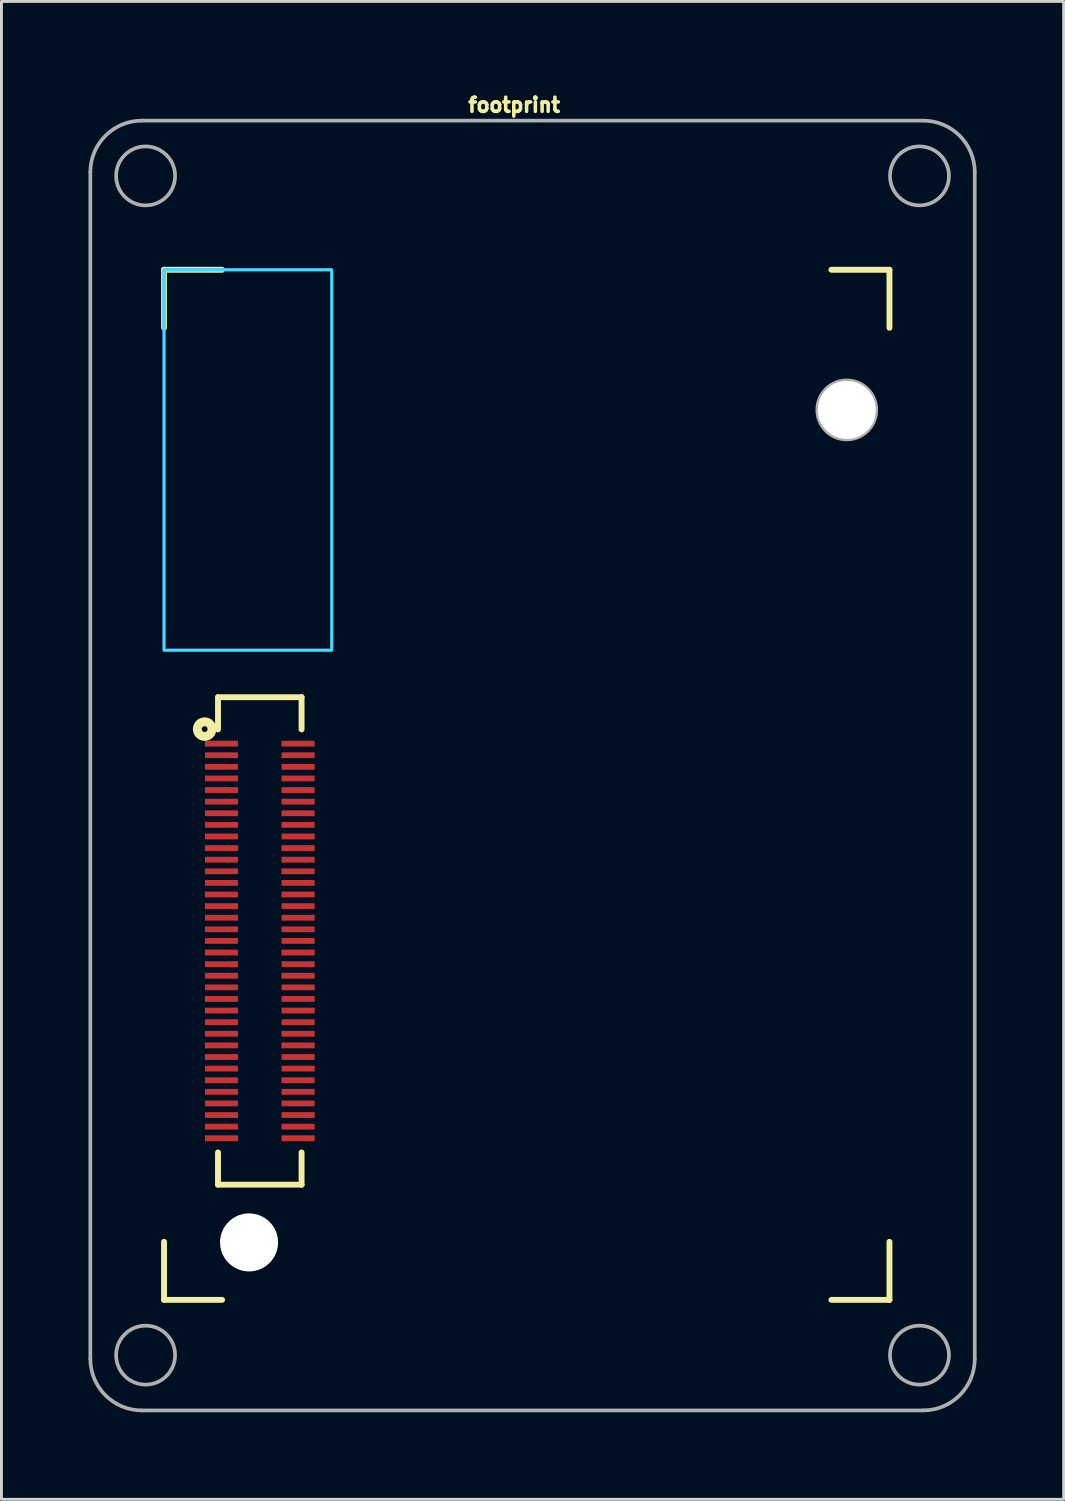
<source format=kicad_pcb>
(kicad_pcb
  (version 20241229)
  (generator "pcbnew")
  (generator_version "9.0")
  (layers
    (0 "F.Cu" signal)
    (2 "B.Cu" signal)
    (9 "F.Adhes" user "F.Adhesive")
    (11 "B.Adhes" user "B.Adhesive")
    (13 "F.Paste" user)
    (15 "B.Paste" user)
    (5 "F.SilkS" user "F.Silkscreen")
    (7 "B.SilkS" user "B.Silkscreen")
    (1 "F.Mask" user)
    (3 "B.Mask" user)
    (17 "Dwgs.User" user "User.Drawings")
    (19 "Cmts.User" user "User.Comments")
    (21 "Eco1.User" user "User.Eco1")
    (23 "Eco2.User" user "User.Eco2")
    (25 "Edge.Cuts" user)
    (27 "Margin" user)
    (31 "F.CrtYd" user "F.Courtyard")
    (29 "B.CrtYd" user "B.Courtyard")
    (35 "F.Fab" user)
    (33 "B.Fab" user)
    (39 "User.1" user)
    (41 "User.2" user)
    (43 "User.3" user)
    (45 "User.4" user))
  (footprint "footprint"
    (layer "F.Cu")
    (at 15.303 23.967)
    (property "Reference" "footprint" (at -0.635 -23.114 0) (layer "F.SilkS") (effects (font (size 0.488 0.488) (thickness 0.122)) (justify bottom)))
    (fp_line (start -12.7 -17.72) (end -10.7 -17.72) (stroke (width 0.203) (type solid)) (layer "F.SilkS"))
    (fp_line (start -12.7 -15.72) (end -12.7 -17.72) (stroke (width 0.203) (type solid)) (layer "F.SilkS"))
    (fp_line (start -12.7 17.78) (end -12.7 15.78) (stroke (width 0.203) (type solid)) (layer "F.SilkS"))
    (fp_line (start -10.84 -2.99) (end -10.84 -1.88) (stroke (width 0.203) (type solid)) (layer "F.SilkS"))
    (fp_line (start -10.84 -2.99) (end -7.96 -2.99) (stroke (width 0.203) (type solid)) (layer "F.SilkS"))
    (fp_line (start -10.84 12.7) (end -10.84 13.81) (stroke (width 0.203) (type solid)) (layer "F.SilkS"))
    (fp_line (start -10.7 17.78) (end -12.7 17.78) (stroke (width 0.203) (type solid)) (layer "F.SilkS"))
    (fp_line (start -7.96 -2.99) (end -7.96 -1.88) (stroke (width 0.203) (type solid)) (layer "F.SilkS"))
    (fp_line (start -7.96 12.7) (end -7.96 13.81) (stroke (width 0.203) (type solid)) (layer "F.SilkS"))
    (fp_line (start -7.96 13.81) (end -10.84 13.81) (stroke (width 0.203) (type solid)) (layer "F.SilkS"))
    (fp_line (start 10.3 -17.72) (end 12.3 -17.72) (stroke (width 0.203) (type solid)) (layer "F.SilkS"))
    (fp_line (start 12.3 -17.72) (end 12.3 -15.72) (stroke (width 0.203) (type solid)) (layer "F.SilkS"))
    (fp_line (start 12.3 15.78) (end 12.3 17.78) (stroke (width 0.203) (type solid)) (layer "F.SilkS"))
    (fp_line (start 12.3 17.78) (end 10.3 17.78) (stroke (width 0.203) (type solid)) (layer "F.SilkS"))
    (fp_circle (center -11.3 -1.89) (end -11.2 -1.89) (stroke (width 0.305) (type solid)) (fill no) (layer "F.SilkS"))
    (fp_poly (pts (xy -6.92 -17.72) (xy -12.7 -17.72) (xy -12.7 -4.61) (xy -6.92 -4.61)) (stroke (width 0.1) (type solid)) (fill no) (layer "B.CrtYd"))
    (fp_poly (pts (xy -6.92 -17.72) (xy -12.7 -17.72) (xy -12.7 -4.61) (xy -6.92 -4.61)) (stroke (width 0.1) (type solid)) (fill no) (layer "F.CrtYd"))
    (fp_line (start -15.24 19.812) (end -15.24 -21.082) (stroke (width 0.127) (type solid)) (layer "F.Fab"))
    (fp_line (start -13.462 21.59) (end 13.462 21.59) (stroke (width 0.127) (type solid)) (layer "F.Fab"))
    (fp_line (start 13.462 -22.86) (end -13.462 -22.86) (stroke (width 0.127) (type solid)) (layer "F.Fab"))
    (fp_line (start 15.24 19.812) (end 15.24 -21.082) (stroke (width 0.127) (type solid)) (layer "F.Fab"))
    (fp_arc (start -15.24 -21.082) (mid -14.719236 -22.339236) (end -13.462 -22.86) (stroke (width 0.127) (type solid)) (layer "F.Fab"))
    (fp_arc (start -13.462 21.59) (mid -14.719236 21.069236) (end -15.24 19.812) (stroke (width 0.127) (type solid)) (layer "F.Fab"))
    (fp_arc (start 13.462 -22.86) (mid 14.719236 -22.339236) (end 15.24 -21.082) (stroke (width 0.127) (type solid)) (layer "F.Fab"))
    (fp_arc (start 15.24 19.812) (mid 14.719236 21.069236) (end 13.462 21.59) (stroke (width 0.127) (type solid)) (layer "F.Fab"))
    (fp_circle (center -13.335 -20.955) (end -12.319 -20.955) (stroke (width 0.127) (type solid)) (fill no) (layer "F.Fab"))
    (fp_circle (center -13.335 19.685) (end -12.319 19.685) (stroke (width 0.127) (type solid)) (fill no) (layer "F.Fab"))
    (fp_circle (center 10.83 -12.89) (end 11.846 -12.89) (stroke (width 0.127) (type solid)) (fill no) (layer "F.Fab"))
    (fp_circle (center 13.335 -20.955) (end 14.351 -20.955) (stroke (width 0.127) (type solid)) (fill no) (layer "F.Fab"))
    (fp_circle (center 13.335 19.685) (end 14.351 19.685) (stroke (width 0.127) (type solid)) (fill no) (layer "F.Fab"))
    (pad "" np_thru_hole circle (at -9.77 15.8) (size 2 2) (drill 2) (layers "*.Cu" "*.Mask"))
    (pad "" np_thru_hole circle (at 10.83 -12.89) (size 2 2) (drill 2) (layers "*.Cu" "*.Mask"))
    (pad "1" smd rect (at -10.72 -1.39 90) (size 0.2 1.14) (layers "F.Cu" "F.Mask" "F.Paste"))
    (pad "2" smd rect (at -8.08 -1.39 90) (size 0.2 1.14) (layers "F.Cu" "F.Mask" "F.Paste"))
    (pad "3" smd rect (at -10.72 -0.99 90) (size 0.2 1.14) (layers "F.Cu" "F.Mask" "F.Paste"))
    (pad "4" smd rect (at -8.08 -0.99 90) (size 0.2 1.14) (layers "F.Cu" "F.Mask" "F.Paste"))
    (pad "5" smd rect (at -10.72 -0.59 90) (size 0.2 1.14) (layers "F.Cu" "F.Mask" "F.Paste"))
    (pad "6" smd rect (at -8.08 -0.59 90) (size 0.2 1.14) (layers "F.Cu" "F.Mask" "F.Paste"))
    (pad "7" smd rect (at -10.72 -0.19 90) (size 0.2 1.14) (layers "F.Cu" "F.Mask" "F.Paste"))
    (pad "8" smd rect (at -8.08 -0.19 90) (size 0.2 1.14) (layers "F.Cu" "F.Mask" "F.Paste"))
    (pad "9" smd rect (at -10.72 0.21 90) (size 0.2 1.14) (layers "F.Cu" "F.Mask" "F.Paste"))
    (pad "10" smd rect (at -8.08 0.21 90) (size 0.2 1.14) (layers "F.Cu" "F.Mask" "F.Paste"))
    (pad "11" smd rect (at -10.72 0.61 90) (size 0.2 1.14) (layers "F.Cu" "F.Mask" "F.Paste"))
    (pad "12" smd rect (at -8.08 0.61 90) (size 0.2 1.14) (layers "F.Cu" "F.Mask" "F.Paste"))
    (pad "13" smd rect (at -10.72 1.01 90) (size 0.2 1.14) (layers "F.Cu" "F.Mask" "F.Paste"))
    (pad "14" smd rect (at -8.08 1.01 90) (size 0.2 1.14) (layers "F.Cu" "F.Mask" "F.Paste"))
    (pad "15" smd rect (at -10.72 1.41 90) (size 0.2 1.14) (layers "F.Cu" "F.Mask" "F.Paste"))
    (pad "16" smd rect (at -8.08 1.41 90) (size 0.2 1.14) (layers "F.Cu" "F.Mask" "F.Paste"))
    (pad "17" smd rect (at -10.72 1.81 90) (size 0.2 1.14) (layers "F.Cu" "F.Mask" "F.Paste"))
    (pad "18" smd rect (at -8.08 1.81 90) (size 0.2 1.14) (layers "F.Cu" "F.Mask" "F.Paste"))
    (pad "19" smd rect (at -10.72 2.21 90) (size 0.2 1.14) (layers "F.Cu" "F.Mask" "F.Paste"))
    (pad "20" smd rect (at -8.08 2.21 90) (size 0.2 1.14) (layers "F.Cu" "F.Mask" "F.Paste"))
    (pad "21" smd rect (at -10.72 2.61 90) (size 0.2 1.14) (layers "F.Cu" "F.Mask" "F.Paste"))
    (pad "22" smd rect (at -8.08 2.61 90) (size 0.2 1.14) (layers "F.Cu" "F.Mask" "F.Paste"))
    (pad "23" smd rect (at -10.72 3.01 90) (size 0.2 1.14) (layers "F.Cu" "F.Mask" "F.Paste"))
    (pad "24" smd rect (at -8.08 3.01 90) (size 0.2 1.14) (layers "F.Cu" "F.Mask" "F.Paste"))
    (pad "25" smd rect (at -10.72 3.41 90) (size 0.2 1.14) (layers "F.Cu" "F.Mask" "F.Paste"))
    (pad "26" smd rect (at -8.08 3.41 90) (size 0.2 1.14) (layers "F.Cu" "F.Mask" "F.Paste"))
    (pad "27" smd rect (at -10.72 3.81 90) (size 0.2 1.14) (layers "F.Cu" "F.Mask" "F.Paste"))
    (pad "28" smd rect (at -8.08 3.81 90) (size 0.2 1.14) (layers "F.Cu" "F.Mask" "F.Paste"))
    (pad "29" smd rect (at -10.72 4.21 90) (size 0.2 1.14) (layers "F.Cu" "F.Mask" "F.Paste"))
    (pad "30" smd rect (at -8.08 4.21 90) (size 0.2 1.14) (layers "F.Cu" "F.Mask" "F.Paste"))
    (pad "31" smd rect (at -10.72 4.61 90) (size 0.2 1.14) (layers "F.Cu" "F.Mask" "F.Paste"))
    (pad "32" smd rect (at -8.08 4.61 90) (size 0.2 1.14) (layers "F.Cu" "F.Mask" "F.Paste"))
    (pad "33" smd rect (at -10.72 5.01 90) (size 0.2 1.14) (layers "F.Cu" "F.Mask" "F.Paste"))
    (pad "34" smd rect (at -8.08 5.01 90) (size 0.2 1.14) (layers "F.Cu" "F.Mask" "F.Paste"))
    (pad "35" smd rect (at -10.72 5.41 90) (size 0.2 1.14) (layers "F.Cu" "F.Mask" "F.Paste"))
    (pad "36" smd rect (at -8.08 5.41 90) (size 0.2 1.14) (layers "F.Cu" "F.Mask" "F.Paste"))
    (pad "37" smd rect (at -10.72 5.81 90) (size 0.2 1.14) (layers "F.Cu" "F.Mask" "F.Paste"))
    (pad "38" smd rect (at -8.08 5.81 90) (size 0.2 1.14) (layers "F.Cu" "F.Mask" "F.Paste"))
    (pad "39" smd rect (at -10.72 6.21 90) (size 0.2 1.14) (layers "F.Cu" "F.Mask" "F.Paste"))
    (pad "40" smd rect (at -8.08 6.21 90) (size 0.2 1.14) (layers "F.Cu" "F.Mask" "F.Paste"))
    (pad "41" smd rect (at -10.72 6.61 90) (size 0.2 1.14) (layers "F.Cu" "F.Mask" "F.Paste"))
    (pad "42" smd rect (at -8.08 6.61 90) (size 0.2 1.14) (layers "F.Cu" "F.Mask" "F.Paste"))
    (pad "43" smd rect (at -10.72 7.01 90) (size 0.2 1.14) (layers "F.Cu" "F.Mask" "F.Paste"))
    (pad "44" smd rect (at -8.08 7.01 90) (size 0.2 1.14) (layers "F.Cu" "F.Mask" "F.Paste"))
    (pad "45" smd rect (at -10.72 7.41 90) (size 0.2 1.14) (layers "F.Cu" "F.Mask" "F.Paste"))
    (pad "46" smd rect (at -8.08 7.41 90) (size 0.2 1.14) (layers "F.Cu" "F.Mask" "F.Paste"))
    (pad "47" smd rect (at -10.72 7.81 90) (size 0.2 1.14) (layers "F.Cu" "F.Mask" "F.Paste"))
    (pad "48" smd rect (at -8.08 7.81 90) (size 0.2 1.14) (layers "F.Cu" "F.Mask" "F.Paste"))
    (pad "49" smd rect (at -10.72 8.21 90) (size 0.2 1.14) (layers "F.Cu" "F.Mask" "F.Paste"))
    (pad "50" smd rect (at -8.08 8.21 90) (size 0.2 1.14) (layers "F.Cu" "F.Mask" "F.Paste"))
    (pad "51" smd rect (at -10.72 8.61 90) (size 0.2 1.14) (layers "F.Cu" "F.Mask" "F.Paste"))
    (pad "52" smd rect (at -8.08 8.61 90) (size 0.2 1.14) (layers "F.Cu" "F.Mask" "F.Paste"))
    (pad "53" smd rect (at -10.72 9.01 90) (size 0.2 1.14) (layers "F.Cu" "F.Mask" "F.Paste"))
    (pad "54" smd rect (at -8.08 9.01 90) (size 0.2 1.14) (layers "F.Cu" "F.Mask" "F.Paste"))
    (pad "55" smd rect (at -10.72 9.41 90) (size 0.2 1.14) (layers "F.Cu" "F.Mask" "F.Paste"))
    (pad "56" smd rect (at -8.08 9.41 90) (size 0.2 1.14) (layers "F.Cu" "F.Mask" "F.Paste"))
    (pad "57" smd rect (at -10.72 9.81 90) (size 0.2 1.14) (layers "F.Cu" "F.Mask" "F.Paste"))
    (pad "58" smd rect (at -8.08 9.81 90) (size 0.2 1.14) (layers "F.Cu" "F.Mask" "F.Paste"))
    (pad "59" smd rect (at -10.72 10.21 90) (size 0.2 1.14) (layers "F.Cu" "F.Mask" "F.Paste"))
    (pad "60" smd rect (at -8.08 10.21 90) (size 0.2 1.14) (layers "F.Cu" "F.Mask" "F.Paste"))
    (pad "61" smd rect (at -10.72 10.61 90) (size 0.2 1.14) (layers "F.Cu" "F.Mask" "F.Paste"))
    (pad "62" smd rect (at -8.08 10.61 90) (size 0.2 1.14) (layers "F.Cu" "F.Mask" "F.Paste"))
    (pad "63" smd rect (at -10.72 11.01 90) (size 0.2 1.14) (layers "F.Cu" "F.Mask" "F.Paste"))
    (pad "64" smd rect (at -8.08 11.01 90) (size 0.2 1.14) (layers "F.Cu" "F.Mask" "F.Paste"))
    (pad "65" smd rect (at -10.72 11.41 90) (size 0.2 1.14) (layers "F.Cu" "F.Mask" "F.Paste"))
    (pad "66" smd rect (at -8.08 11.41 90) (size 0.2 1.14) (layers "F.Cu" "F.Mask" "F.Paste"))
    (pad "67" smd rect (at -10.72 11.81 90) (size 0.2 1.14) (layers "F.Cu" "F.Mask" "F.Paste"))
    (pad "68" smd rect (at -8.08 11.81 90) (size 0.2 1.14) (layers "F.Cu" "F.Mask" "F.Paste"))
    (pad "69" smd rect (at -10.72 12.21 90) (size 0.2 1.14) (layers "F.Cu" "F.Mask" "F.Paste"))
    (pad "70" smd rect (at -8.08 12.21 90) (size 0.2 1.14) (layers "F.Cu" "F.Mask" "F.Paste")))
  (gr_rect
    (start -3 -3)
    (end 33.607 48.621)
    (stroke (width 0.1) (type default))
    (fill no)
    (layer "Edge.Cuts")))
</source>
